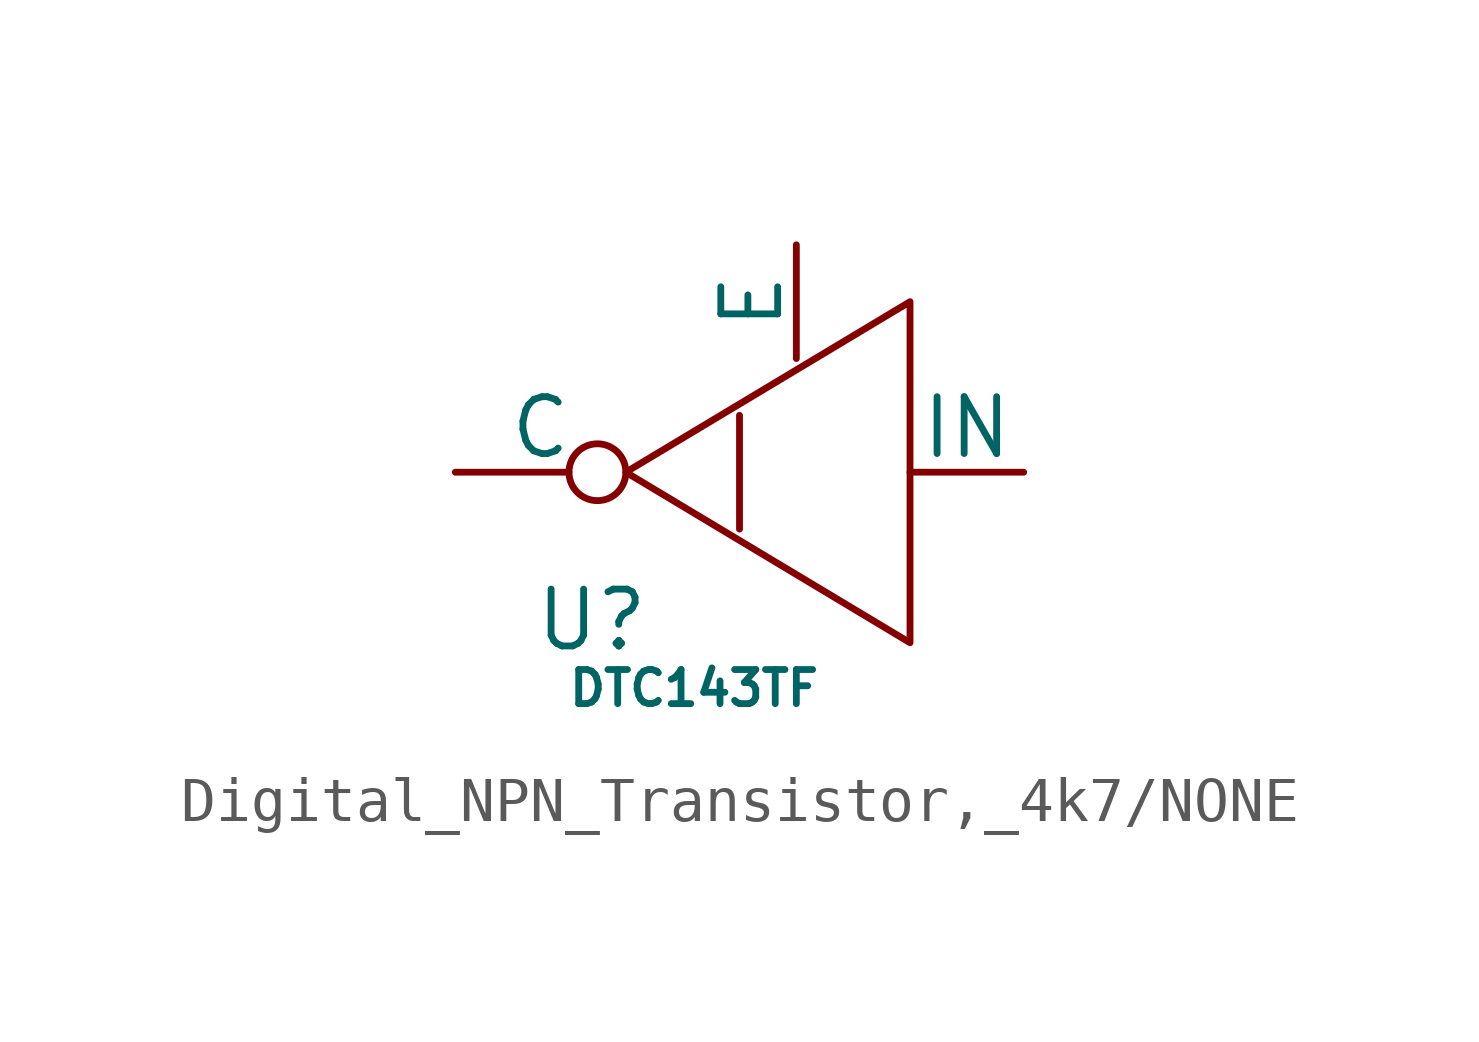
<source format=kicad_sym>
(kicad_symbol_lib
  (version 20241209)
  (generator "kicad_symbol_editor")
  (generator_version "9.0")
  (symbol "Digital_NPN_Transistor,_4k7/NONE"
    (pin_names
      (offset 0))
    (property "Reference" "U"
      (at -4.572 -3.302 0)
      (effects (font (size 1.27 1.27))))
    (property "Value" "DTC143TF"
      (at -2.286 -4.826 0)
      (effects (font (size 0.762 0.762))))
    (symbol "Digital_NPN_Transistor,_4k7/NONE_0_1"
      (polyline (pts (xy -1.27 1.27) (xy -1.27 -1.27)) (stroke (width 0) (type default)) (fill (type none)))
      (polyline (pts (xy 2.54 3.81) (xy 2.54 -3.81) (xy -3.81 0) (xy 2.54 3.81)) (stroke (width 0) (type default)) (fill (type none))))
    (symbol "Digital_NPN_Transistor,_4k7/NONE_1_1"
      (pin input inverted (at -7.62 0 0) (length 3.81) (name "C" (effects (font (size 1.27 1.27)))) (number "" (effects (font (size 1.27 1.27)))))
      (pin input line (at 0 5.08 270) (length 2.54) (name "E" (effects (font (size 1.27 1.27)))) (number "" (effects (font (size 1.27 1.27)))))
      (pin input line (at 5.08 0 180) (length 2.54) (name "IN" (effects (font (size 1.27 1.27)))) (number "" (effects (font (size 1.27 1.27))))))))
</source>
